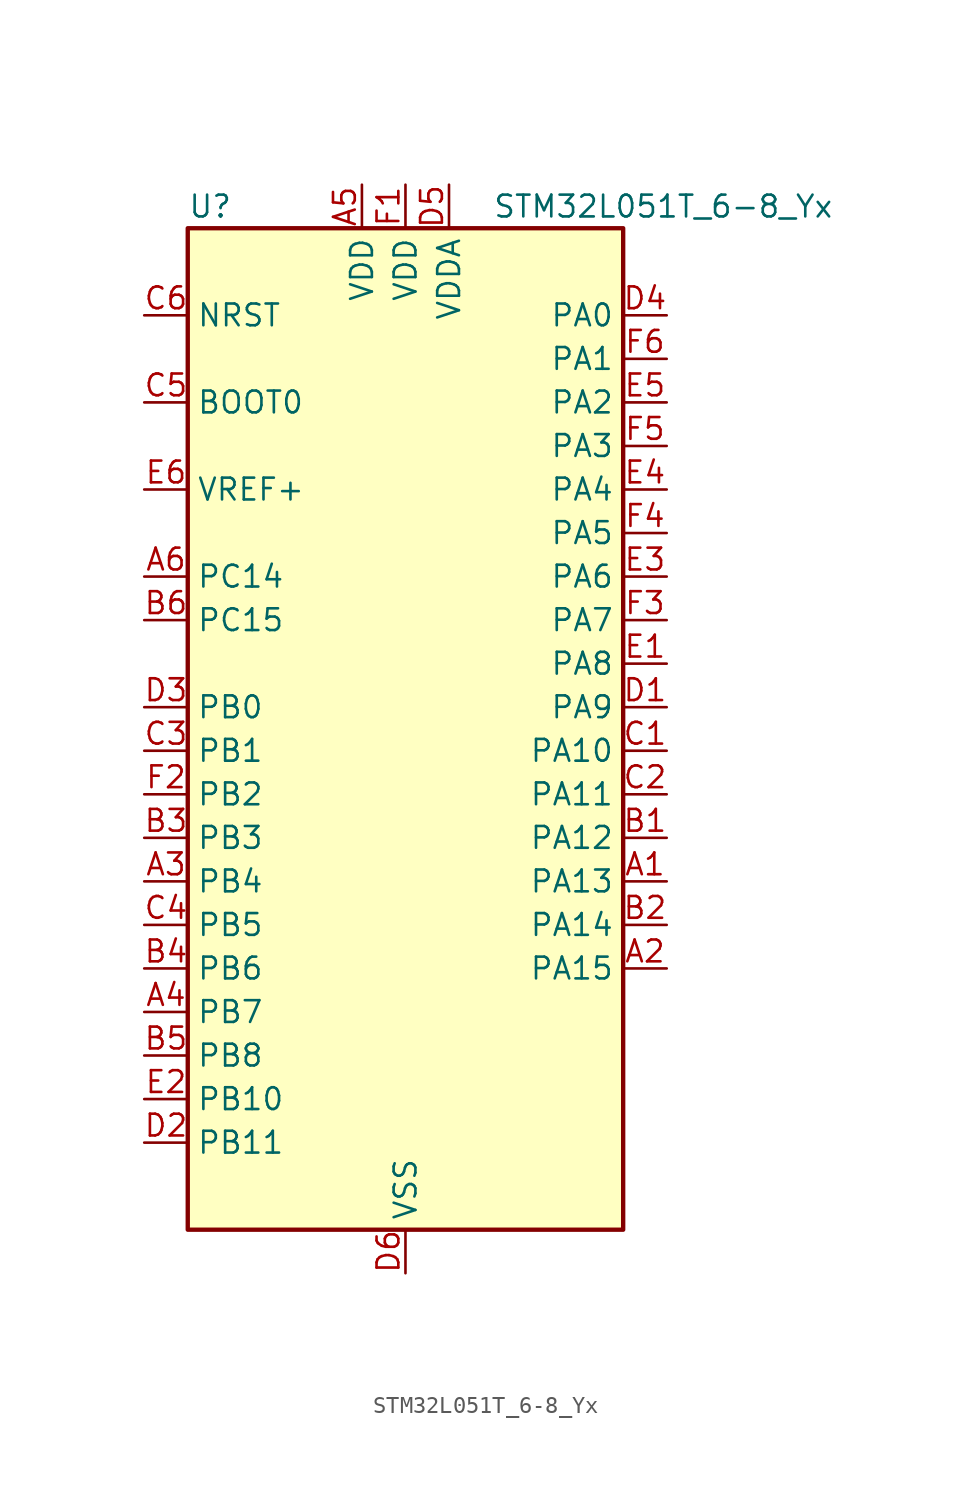
<source format=kicad_sym>
(kicad_symbol_lib
  (version 20241209)
  (generator "kicad_symbol_editor")
  (generator_version "9.0")
  (symbol "STM32L051T_6-8_Yx"
    (property "Reference" "U"
      (at -12.7 31.75 0)
      (effects (font (size 1.27 1.27)) (justify left)))
    (property "Value" "STM32L051T_6-8_Yx"
      (at 5.08 31.75 0)
      (effects (font (size 1.27 1.27)) (justify left)))
    (symbol "STM32L051T_6-8_Yx_0_1"
      (rectangle (start -12.7 -27.94) (end 12.7 30.48) (stroke (width 0.254) (type default)) (fill (type background))))
    (symbol "STM32L051T_6-8_Yx_1_1"
      (pin input line (at -15.24 25.4 0) (length 2.54) (name "NRST" (effects (font (size 1.27 1.27)))) (number "C6" (effects (font (size 1.27 1.27)))))
      (pin input line (at -15.24 20.32 0) (length 2.54) (name "BOOT0" (effects (font (size 1.27 1.27)))) (number "C5" (effects (font (size 1.27 1.27)))))
      (pin input line (at -15.24 15.24 0) (length 2.54) (name "VREF+" (effects (font (size 1.27 1.27)))) (number "E6" (effects (font (size 1.27 1.27)))))
      (pin bidirectional line (at -15.24 10.16 0) (length 2.54) (name "PC14" (effects (font (size 1.27 1.27)))) (number "A6" (effects (font (size 1.27 1.27)))) (alternate "RCC_OSC32_IN" bidirectional line))
      (pin bidirectional line (at -15.24 7.62 0) (length 2.54) (name "PC15" (effects (font (size 1.27 1.27)))) (number "B6" (effects (font (size 1.27 1.27)))) (alternate "RCC_OSC32_OUT" bidirectional line))
      (pin bidirectional line (at -15.24 2.54 0) (length 2.54) (name "PB0" (effects (font (size 1.27 1.27)))) (number "D3" (effects (font (size 1.27 1.27)))) (alternate "ADC_IN8" bidirectional line) (alternate "SYS_VREF_OUT_PB0" bidirectional line))
      (pin bidirectional line (at -15.24 0 0) (length 2.54) (name "PB1" (effects (font (size 1.27 1.27)))) (number "C3" (effects (font (size 1.27 1.27)))) (alternate "ADC_IN9" bidirectional line) (alternate "LPUART1_DE" bidirectional line) (alternate "LPUART1_RTS" bidirectional line) (alternate "SYS_VREF_OUT_PB1" bidirectional line))
      (pin bidirectional line (at -15.24 -2.54 0) (length 2.54) (name "PB2" (effects (font (size 1.27 1.27)))) (number "F2" (effects (font (size 1.27 1.27)))) (alternate "LPTIM1_OUT" bidirectional line))
      (pin bidirectional line (at -15.24 -5.08 0) (length 2.54) (name "PB3" (effects (font (size 1.27 1.27)))) (number "B3" (effects (font (size 1.27 1.27)))) (alternate "COMP2_INM" bidirectional line) (alternate "SPI1_SCK" bidirectional line) (alternate "TIM2_CH2" bidirectional line))
      (pin bidirectional line (at -15.24 -7.62 0) (length 2.54) (name "PB4" (effects (font (size 1.27 1.27)))) (number "A3" (effects (font (size 1.27 1.27)))) (alternate "COMP2_INP" bidirectional line) (alternate "SPI1_MISO" bidirectional line) (alternate "TIM22_CH1" bidirectional line))
      (pin bidirectional line (at -15.24 -10.16 0) (length 2.54) (name "PB5" (effects (font (size 1.27 1.27)))) (number "C4" (effects (font (size 1.27 1.27)))) (alternate "COMP2_INP" bidirectional line) (alternate "I2C1_SMBA" bidirectional line) (alternate "LPTIM1_IN1" bidirectional line) (alternate "SPI1_MOSI" bidirectional line) (alternate "TIM22_CH2" bidirectional line))
      (pin bidirectional line (at -15.24 -12.7 0) (length 2.54) (name "PB6" (effects (font (size 1.27 1.27)))) (number "B4" (effects (font (size 1.27 1.27)))) (alternate "COMP2_INP" bidirectional line) (alternate "I2C1_SCL" bidirectional line) (alternate "LPTIM1_ETR" bidirectional line) (alternate "USART1_TX" bidirectional line))
      (pin bidirectional line (at -15.24 -15.24 0) (length 2.54) (name "PB7" (effects (font (size 1.27 1.27)))) (number "A4" (effects (font (size 1.27 1.27)))) (alternate "COMP2_INP" bidirectional line) (alternate "I2C1_SDA" bidirectional line) (alternate "LPTIM1_IN2" bidirectional line) (alternate "SYS_PVD_IN" bidirectional line) (alternate "USART1_RX" bidirectional line))
      (pin bidirectional line (at -15.24 -17.78 0) (length 2.54) (name "PB8" (effects (font (size 1.27 1.27)))) (number "B5" (effects (font (size 1.27 1.27)))) (alternate "I2C1_SCL" bidirectional line))
      (pin bidirectional line (at -15.24 -20.32 0) (length 2.54) (name "PB10" (effects (font (size 1.27 1.27)))) (number "E2" (effects (font (size 1.27 1.27)))) (alternate "I2C2_SCL" bidirectional line) (alternate "LPUART1_TX" bidirectional line) (alternate "TIM2_CH3" bidirectional line))
      (pin bidirectional line (at -15.24 -22.86 0) (length 2.54) (name "PB11" (effects (font (size 1.27 1.27)))) (number "D2" (effects (font (size 1.27 1.27)))) (alternate "ADC_EXTI11" bidirectional line) (alternate "I2C2_SDA" bidirectional line) (alternate "LPUART1_RX" bidirectional line) (alternate "TIM2_CH4" bidirectional line))
      (pin power_in line (at -2.54 33.02 270) (length 2.54) (name "VDD" (effects (font (size 1.27 1.27)))) (number "A5" (effects (font (size 1.27 1.27)))))
      (pin power_in line (at 0 33.02 270) (length 2.54) (name "VDD" (effects (font (size 1.27 1.27)))) (number "F1" (effects (font (size 1.27 1.27)))))
      (pin power_in line (at 0 -30.48 90) (length 2.54) (name "VSS" (effects (font (size 1.27 1.27)))) (number "D6" (effects (font (size 1.27 1.27)))))
      (pin power_in line (at 2.54 33.02 270) (length 2.54) (name "VDDA" (effects (font (size 1.27 1.27)))) (number "D5" (effects (font (size 1.27 1.27)))))
      (pin bidirectional line (at 15.24 25.4 180) (length 2.54) (name "PA0" (effects (font (size 1.27 1.27)))) (number "D4" (effects (font (size 1.27 1.27)))) (alternate "ADC_IN0" bidirectional line) (alternate "COMP1_INM" bidirectional line) (alternate "COMP1_OUT" bidirectional line) (alternate "RTC_TAMP2" bidirectional line) (alternate "SYS_WKUP1" bidirectional line) (alternate "TIM2_CH1" bidirectional line) (alternate "TIM2_ETR" bidirectional line) (alternate "USART2_CTS" bidirectional line))
      (pin bidirectional line (at 15.24 22.86 180) (length 2.54) (name "PA1" (effects (font (size 1.27 1.27)))) (number "F6" (effects (font (size 1.27 1.27)))) (alternate "ADC_IN1" bidirectional line) (alternate "COMP1_INP" bidirectional line) (alternate "TIM21_ETR" bidirectional line) (alternate "TIM2_CH2" bidirectional line) (alternate "USART2_DE" bidirectional line) (alternate "USART2_RTS" bidirectional line))
      (pin bidirectional line (at 15.24 20.32 180) (length 2.54) (name "PA2" (effects (font (size 1.27 1.27)))) (number "E5" (effects (font (size 1.27 1.27)))) (alternate "ADC_IN2" bidirectional line) (alternate "COMP2_INM" bidirectional line) (alternate "COMP2_OUT" bidirectional line) (alternate "TIM21_CH1" bidirectional line) (alternate "TIM2_CH3" bidirectional line) (alternate "USART2_TX" bidirectional line))
      (pin bidirectional line (at 15.24 17.78 180) (length 2.54) (name "PA3" (effects (font (size 1.27 1.27)))) (number "F5" (effects (font (size 1.27 1.27)))) (alternate "ADC_IN3" bidirectional line) (alternate "COMP2_INP" bidirectional line) (alternate "TIM21_CH2" bidirectional line) (alternate "TIM2_CH4" bidirectional line) (alternate "USART2_RX" bidirectional line))
      (pin bidirectional line (at 15.24 15.24 180) (length 2.54) (name "PA4" (effects (font (size 1.27 1.27)))) (number "E4" (effects (font (size 1.27 1.27)))) (alternate "ADC_IN4" bidirectional line) (alternate "COMP1_INM" bidirectional line) (alternate "COMP2_INM" bidirectional line) (alternate "SPI1_NSS" bidirectional line) (alternate "TIM22_ETR" bidirectional line) (alternate "USART2_CK" bidirectional line))
      (pin bidirectional line (at 15.24 12.7 180) (length 2.54) (name "PA5" (effects (font (size 1.27 1.27)))) (number "F4" (effects (font (size 1.27 1.27)))) (alternate "ADC_IN5" bidirectional line) (alternate "COMP1_INM" bidirectional line) (alternate "COMP2_INM" bidirectional line) (alternate "SPI1_SCK" bidirectional line) (alternate "TIM2_CH1" bidirectional line) (alternate "TIM2_ETR" bidirectional line))
      (pin bidirectional line (at 15.24 10.16 180) (length 2.54) (name "PA6" (effects (font (size 1.27 1.27)))) (number "E3" (effects (font (size 1.27 1.27)))) (alternate "ADC_IN6" bidirectional line) (alternate "COMP1_OUT" bidirectional line) (alternate "LPUART1_CTS" bidirectional line) (alternate "SPI1_MISO" bidirectional line) (alternate "TIM22_CH1" bidirectional line))
      (pin bidirectional line (at 15.24 7.62 180) (length 2.54) (name "PA7" (effects (font (size 1.27 1.27)))) (number "F3" (effects (font (size 1.27 1.27)))) (alternate "ADC_IN7" bidirectional line) (alternate "COMP2_OUT" bidirectional line) (alternate "SPI1_MOSI" bidirectional line) (alternate "TIM22_CH2" bidirectional line))
      (pin bidirectional line (at 15.24 5.08 180) (length 2.54) (name "PA8" (effects (font (size 1.27 1.27)))) (number "E1" (effects (font (size 1.27 1.27)))) (alternate "CRS_SYNC" bidirectional line) (alternate "RCC_MCO" bidirectional line) (alternate "USART1_CK" bidirectional line))
      (pin bidirectional line (at 15.24 2.54 180) (length 2.54) (name "PA9" (effects (font (size 1.27 1.27)))) (number "D1" (effects (font (size 1.27 1.27)))) (alternate "RCC_MCO" bidirectional line) (alternate "USART1_TX" bidirectional line))
      (pin bidirectional line (at 15.24 0 180) (length 2.54) (name "PA10" (effects (font (size 1.27 1.27)))) (number "C1" (effects (font (size 1.27 1.27)))) (alternate "USART1_RX" bidirectional line))
      (pin bidirectional line (at 15.24 -2.54 180) (length 2.54) (name "PA11" (effects (font (size 1.27 1.27)))) (number "C2" (effects (font (size 1.27 1.27)))) (alternate "ADC_EXTI11" bidirectional line) (alternate "COMP1_OUT" bidirectional line) (alternate "SPI1_MISO" bidirectional line) (alternate "USART1_CTS" bidirectional line))
      (pin bidirectional line (at 15.24 -5.08 180) (length 2.54) (name "PA12" (effects (font (size 1.27 1.27)))) (number "B1" (effects (font (size 1.27 1.27)))) (alternate "COMP2_OUT" bidirectional line) (alternate "SPI1_MOSI" bidirectional line) (alternate "USART1_DE" bidirectional line) (alternate "USART1_RTS" bidirectional line))
      (pin bidirectional line (at 15.24 -7.62 180) (length 2.54) (name "PA13" (effects (font (size 1.27 1.27)))) (number "A1" (effects (font (size 1.27 1.27)))) (alternate "SYS_SWDIO" bidirectional line))
      (pin bidirectional line (at 15.24 -10.16 180) (length 2.54) (name "PA14" (effects (font (size 1.27 1.27)))) (number "B2" (effects (font (size 1.27 1.27)))) (alternate "SYS_SWCLK" bidirectional line) (alternate "USART2_TX" bidirectional line))
      (pin bidirectional line (at 15.24 -12.7 180) (length 2.54) (name "PA15" (effects (font (size 1.27 1.27)))) (number "A2" (effects (font (size 1.27 1.27)))) (alternate "SPI1_NSS" bidirectional line) (alternate "TIM2_CH1" bidirectional line) (alternate "TIM2_ETR" bidirectional line) (alternate "USART2_RX" bidirectional line)))))
</source>
